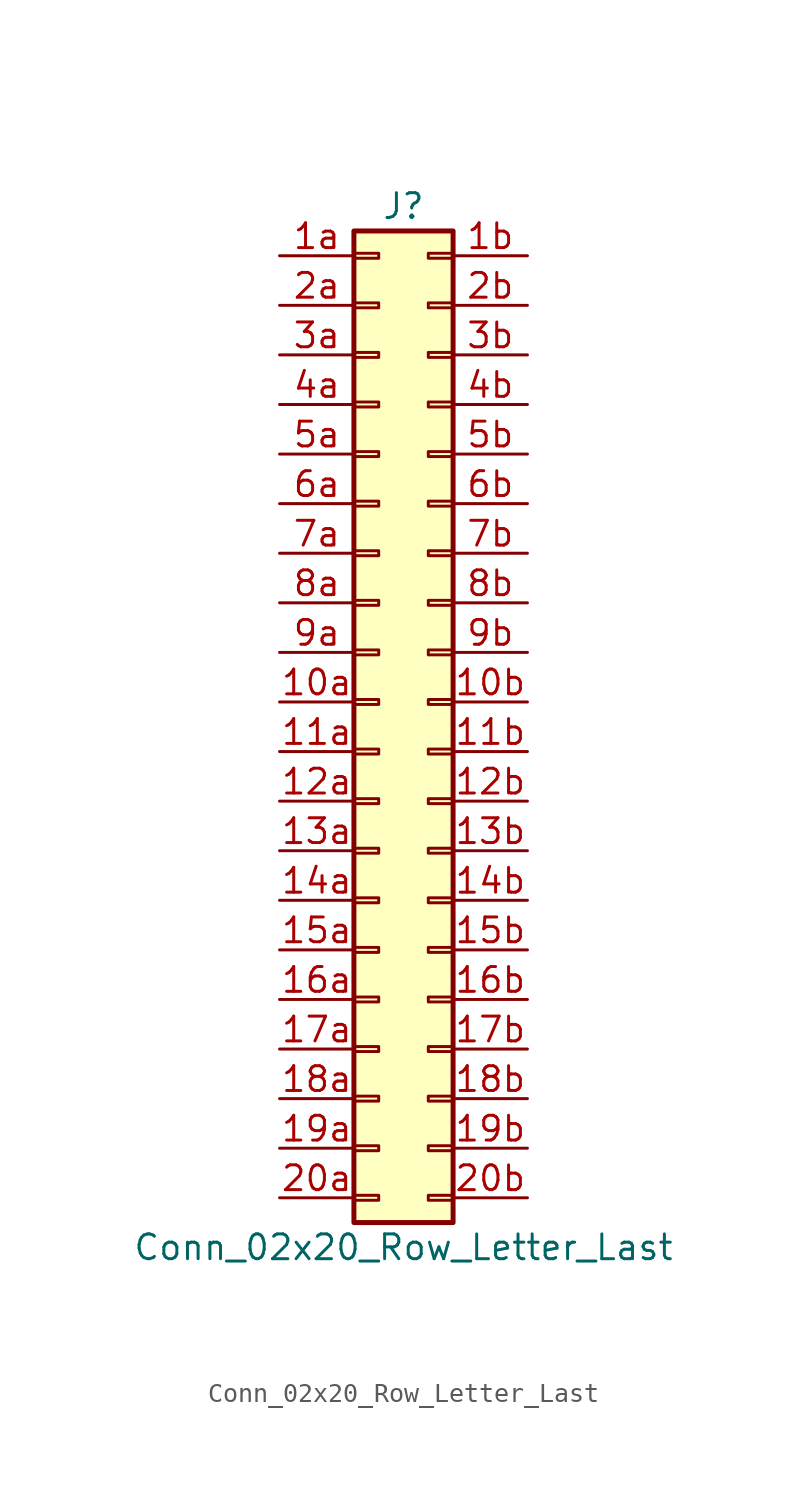
<source format=kicad_sym>
(kicad_symbol_lib
  (version 20201005)
  (generator kicad_symbol_editor)
  (symbol "Conn_02x20_Row_Letter_Last"
    (pin_names
      (offset 1.016) hide)
    (property "Reference" "J"
      (at 1.27 25.4 0)
      (effects (font (size 1.27 1.27))))
    (property "Value" "Conn_02x20_Row_Letter_Last"
      (at 1.27 -27.94 0)
      (effects (font (size 1.27 1.27))))
    (symbol "Conn_02x20_Row_Letter_Last_1_1"
      (rectangle (start -1.27 -25.273) (end 0 -25.527) (stroke (width 0.152)) (fill (type none)))
      (rectangle (start -1.27 -22.733) (end 0 -22.987) (stroke (width 0.152)) (fill (type none)))
      (rectangle (start -1.27 -20.193) (end 0 -20.447) (stroke (width 0.152)) (fill (type none)))
      (rectangle (start -1.27 -17.653) (end 0 -17.907) (stroke (width 0.152)) (fill (type none)))
      (rectangle (start -1.27 -15.113) (end 0 -15.367) (stroke (width 0.152)) (fill (type none)))
      (rectangle (start -1.27 -12.573) (end 0 -12.827) (stroke (width 0.152)) (fill (type none)))
      (rectangle (start -1.27 -10.033) (end 0 -10.287) (stroke (width 0.152)) (fill (type none)))
      (rectangle (start -1.27 -7.493) (end 0 -7.747) (stroke (width 0.152)) (fill (type none)))
      (rectangle (start -1.27 -4.953) (end 0 -5.207) (stroke (width 0.152)) (fill (type none)))
      (rectangle (start -1.27 -2.413) (end 0 -2.667) (stroke (width 0.152)) (fill (type none)))
      (rectangle (start -1.27 0.127) (end 0 -0.127) (stroke (width 0.152)) (fill (type none)))
      (rectangle (start -1.27 2.667) (end 0 2.413) (stroke (width 0.152)) (fill (type none)))
      (rectangle (start -1.27 5.207) (end 0 4.953) (stroke (width 0.152)) (fill (type none)))
      (rectangle (start -1.27 7.747) (end 0 7.493) (stroke (width 0.152)) (fill (type none)))
      (rectangle (start -1.27 10.287) (end 0 10.033) (stroke (width 0.152)) (fill (type none)))
      (rectangle (start -1.27 12.827) (end 0 12.573) (stroke (width 0.152)) (fill (type none)))
      (rectangle (start -1.27 15.367) (end 0 15.113) (stroke (width 0.152)) (fill (type none)))
      (rectangle (start -1.27 17.907) (end 0 17.653) (stroke (width 0.152)) (fill (type none)))
      (rectangle (start -1.27 20.447) (end 0 20.193) (stroke (width 0.152)) (fill (type none)))
      (rectangle (start -1.27 22.987) (end 0 22.733) (stroke (width 0.152)) (fill (type none)))
      (rectangle (start 3.81 -25.273) (end 2.54 -25.527) (stroke (width 0.152)) (fill (type none)))
      (rectangle (start 3.81 -22.733) (end 2.54 -22.987) (stroke (width 0.152)) (fill (type none)))
      (rectangle (start 3.81 -20.193) (end 2.54 -20.447) (stroke (width 0.152)) (fill (type none)))
      (rectangle (start 3.81 -17.653) (end 2.54 -17.907) (stroke (width 0.152)) (fill (type none)))
      (rectangle (start 3.81 -15.113) (end 2.54 -15.367) (stroke (width 0.152)) (fill (type none)))
      (rectangle (start 3.81 -12.573) (end 2.54 -12.827) (stroke (width 0.152)) (fill (type none)))
      (rectangle (start 3.81 -10.033) (end 2.54 -10.287) (stroke (width 0.152)) (fill (type none)))
      (rectangle (start 3.81 -7.493) (end 2.54 -7.747) (stroke (width 0.152)) (fill (type none)))
      (rectangle (start 3.81 -4.953) (end 2.54 -5.207) (stroke (width 0.152)) (fill (type none)))
      (rectangle (start 3.81 -2.413) (end 2.54 -2.667) (stroke (width 0.152)) (fill (type none)))
      (rectangle (start 3.81 0.127) (end 2.54 -0.127) (stroke (width 0.152)) (fill (type none)))
      (rectangle (start 3.81 2.667) (end 2.54 2.413) (stroke (width 0.152)) (fill (type none)))
      (rectangle (start 3.81 5.207) (end 2.54 4.953) (stroke (width 0.152)) (fill (type none)))
      (rectangle (start 3.81 7.747) (end 2.54 7.493) (stroke (width 0.152)) (fill (type none)))
      (rectangle (start 3.81 10.287) (end 2.54 10.033) (stroke (width 0.152)) (fill (type none)))
      (rectangle (start 3.81 12.827) (end 2.54 12.573) (stroke (width 0.152)) (fill (type none)))
      (rectangle (start 3.81 15.367) (end 2.54 15.113) (stroke (width 0.152)) (fill (type none)))
      (rectangle (start 3.81 17.907) (end 2.54 17.653) (stroke (width 0.152)) (fill (type none)))
      (rectangle (start 3.81 20.447) (end 2.54 20.193) (stroke (width 0.152)) (fill (type none)))
      (rectangle (start 3.81 22.987) (end 2.54 22.733) (stroke (width 0.152)) (fill (type none)))
      (rectangle (start -1.27 24.13) (end 3.81 -26.67) (stroke (width 0.254)) (fill (type background)))
      (pin passive line (at -5.08 0 0) (length 3.81) (name "Pin_10a" (effects (font (size 1.27 1.27)))) (number "10a" (effects (font (size 1.27 1.27)))))
      (pin passive line (at 7.62 0 180) (length 3.81) (name "Pin_10b" (effects (font (size 1.27 1.27)))) (number "10b" (effects (font (size 1.27 1.27)))))
      (pin passive line (at -5.08 -2.54 0) (length 3.81) (name "Pin_11a" (effects (font (size 1.27 1.27)))) (number "11a" (effects (font (size 1.27 1.27)))))
      (pin passive line (at 7.62 -2.54 180) (length 3.81) (name "Pin_11b" (effects (font (size 1.27 1.27)))) (number "11b" (effects (font (size 1.27 1.27)))))
      (pin passive line (at -5.08 -5.08 0) (length 3.81) (name "Pin_12a" (effects (font (size 1.27 1.27)))) (number "12a" (effects (font (size 1.27 1.27)))))
      (pin passive line (at 7.62 -5.08 180) (length 3.81) (name "Pin_12b" (effects (font (size 1.27 1.27)))) (number "12b" (effects (font (size 1.27 1.27)))))
      (pin passive line (at -5.08 -7.62 0) (length 3.81) (name "Pin_13a" (effects (font (size 1.27 1.27)))) (number "13a" (effects (font (size 1.27 1.27)))))
      (pin passive line (at 7.62 -7.62 180) (length 3.81) (name "Pin_13b" (effects (font (size 1.27 1.27)))) (number "13b" (effects (font (size 1.27 1.27)))))
      (pin passive line (at -5.08 -10.16 0) (length 3.81) (name "Pin_14a" (effects (font (size 1.27 1.27)))) (number "14a" (effects (font (size 1.27 1.27)))))
      (pin passive line (at 7.62 -10.16 180) (length 3.81) (name "Pin_14b" (effects (font (size 1.27 1.27)))) (number "14b" (effects (font (size 1.27 1.27)))))
      (pin passive line (at -5.08 -12.7 0) (length 3.81) (name "Pin_15a" (effects (font (size 1.27 1.27)))) (number "15a" (effects (font (size 1.27 1.27)))))
      (pin passive line (at 7.62 -12.7 180) (length 3.81) (name "Pin_15b" (effects (font (size 1.27 1.27)))) (number "15b" (effects (font (size 1.27 1.27)))))
      (pin passive line (at -5.08 -15.24 0) (length 3.81) (name "Pin_16a" (effects (font (size 1.27 1.27)))) (number "16a" (effects (font (size 1.27 1.27)))))
      (pin passive line (at 7.62 -15.24 180) (length 3.81) (name "Pin_16b" (effects (font (size 1.27 1.27)))) (number "16b" (effects (font (size 1.27 1.27)))))
      (pin passive line (at -5.08 -17.78 0) (length 3.81) (name "Pin_17a" (effects (font (size 1.27 1.27)))) (number "17a" (effects (font (size 1.27 1.27)))))
      (pin passive line (at 7.62 -17.78 180) (length 3.81) (name "Pin_17b" (effects (font (size 1.27 1.27)))) (number "17b" (effects (font (size 1.27 1.27)))))
      (pin passive line (at -5.08 -20.32 0) (length 3.81) (name "Pin_18a" (effects (font (size 1.27 1.27)))) (number "18a" (effects (font (size 1.27 1.27)))))
      (pin passive line (at 7.62 -20.32 180) (length 3.81) (name "Pin_18b" (effects (font (size 1.27 1.27)))) (number "18b" (effects (font (size 1.27 1.27)))))
      (pin passive line (at -5.08 -22.86 0) (length 3.81) (name "Pin_19a" (effects (font (size 1.27 1.27)))) (number "19a" (effects (font (size 1.27 1.27)))))
      (pin passive line (at 7.62 -22.86 180) (length 3.81) (name "Pin_19b" (effects (font (size 1.27 1.27)))) (number "19b" (effects (font (size 1.27 1.27)))))
      (pin passive line (at -5.08 22.86 0) (length 3.81) (name "Pin_1a" (effects (font (size 1.27 1.27)))) (number "1a" (effects (font (size 1.27 1.27)))))
      (pin passive line (at 7.62 22.86 180) (length 3.81) (name "Pin_1b" (effects (font (size 1.27 1.27)))) (number "1b" (effects (font (size 1.27 1.27)))))
      (pin passive line (at -5.08 -25.4 0) (length 3.81) (name "Pin_20a" (effects (font (size 1.27 1.27)))) (number "20a" (effects (font (size 1.27 1.27)))))
      (pin passive line (at 7.62 -25.4 180) (length 3.81) (name "Pin_20b" (effects (font (size 1.27 1.27)))) (number "20b" (effects (font (size 1.27 1.27)))))
      (pin passive line (at -5.08 20.32 0) (length 3.81) (name "Pin_2a" (effects (font (size 1.27 1.27)))) (number "2a" (effects (font (size 1.27 1.27)))))
      (pin passive line (at 7.62 20.32 180) (length 3.81) (name "Pin_2b" (effects (font (size 1.27 1.27)))) (number "2b" (effects (font (size 1.27 1.27)))))
      (pin passive line (at -5.08 17.78 0) (length 3.81) (name "Pin_3a" (effects (font (size 1.27 1.27)))) (number "3a" (effects (font (size 1.27 1.27)))))
      (pin passive line (at 7.62 17.78 180) (length 3.81) (name "Pin_3b" (effects (font (size 1.27 1.27)))) (number "3b" (effects (font (size 1.27 1.27)))))
      (pin passive line (at -5.08 15.24 0) (length 3.81) (name "Pin_4a" (effects (font (size 1.27 1.27)))) (number "4a" (effects (font (size 1.27 1.27)))))
      (pin passive line (at 7.62 15.24 180) (length 3.81) (name "Pin_4b" (effects (font (size 1.27 1.27)))) (number "4b" (effects (font (size 1.27 1.27)))))
      (pin passive line (at -5.08 12.7 0) (length 3.81) (name "Pin_5a" (effects (font (size 1.27 1.27)))) (number "5a" (effects (font (size 1.27 1.27)))))
      (pin passive line (at 7.62 12.7 180) (length 3.81) (name "Pin_5b" (effects (font (size 1.27 1.27)))) (number "5b" (effects (font (size 1.27 1.27)))))
      (pin passive line (at -5.08 10.16 0) (length 3.81) (name "Pin_6a" (effects (font (size 1.27 1.27)))) (number "6a" (effects (font (size 1.27 1.27)))))
      (pin passive line (at 7.62 10.16 180) (length 3.81) (name "Pin_6b" (effects (font (size 1.27 1.27)))) (number "6b" (effects (font (size 1.27 1.27)))))
      (pin passive line (at -5.08 7.62 0) (length 3.81) (name "Pin_7a" (effects (font (size 1.27 1.27)))) (number "7a" (effects (font (size 1.27 1.27)))))
      (pin passive line (at 7.62 7.62 180) (length 3.81) (name "Pin_7b" (effects (font (size 1.27 1.27)))) (number "7b" (effects (font (size 1.27 1.27)))))
      (pin passive line (at -5.08 5.08 0) (length 3.81) (name "Pin_8a" (effects (font (size 1.27 1.27)))) (number "8a" (effects (font (size 1.27 1.27)))))
      (pin passive line (at 7.62 5.08 180) (length 3.81) (name "Pin_8b" (effects (font (size 1.27 1.27)))) (number "8b" (effects (font (size 1.27 1.27)))))
      (pin passive line (at -5.08 2.54 0) (length 3.81) (name "Pin_9a" (effects (font (size 1.27 1.27)))) (number "9a" (effects (font (size 1.27 1.27)))))
      (pin passive line (at 7.62 2.54 180) (length 3.81) (name "Pin_9b" (effects (font (size 1.27 1.27)))) (number "9b" (effects (font (size 1.27 1.27))))))))
</source>
